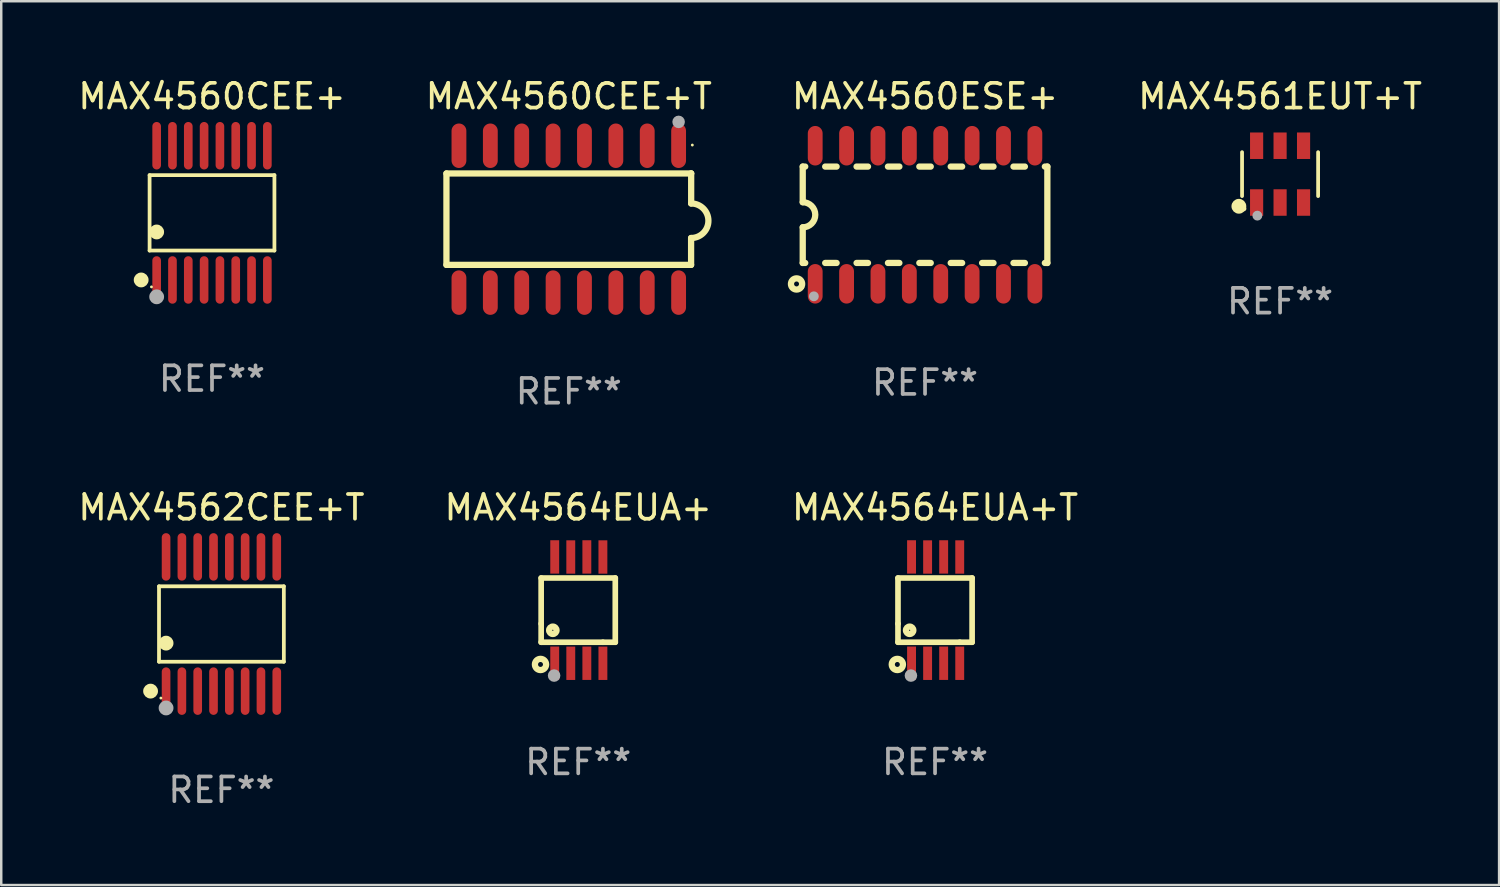
<source format=kicad_pcb>
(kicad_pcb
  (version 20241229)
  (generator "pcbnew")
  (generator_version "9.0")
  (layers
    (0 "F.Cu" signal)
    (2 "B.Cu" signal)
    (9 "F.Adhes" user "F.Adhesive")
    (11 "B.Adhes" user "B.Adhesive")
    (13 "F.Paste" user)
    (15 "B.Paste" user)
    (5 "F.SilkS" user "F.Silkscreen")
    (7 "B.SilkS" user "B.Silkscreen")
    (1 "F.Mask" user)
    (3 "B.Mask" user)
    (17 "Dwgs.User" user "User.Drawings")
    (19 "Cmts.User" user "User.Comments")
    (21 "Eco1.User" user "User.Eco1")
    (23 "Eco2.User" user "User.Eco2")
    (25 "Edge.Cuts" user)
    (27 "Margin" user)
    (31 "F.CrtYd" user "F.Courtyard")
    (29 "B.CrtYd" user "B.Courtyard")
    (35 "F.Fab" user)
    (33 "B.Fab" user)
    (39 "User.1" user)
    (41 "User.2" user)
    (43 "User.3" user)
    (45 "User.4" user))
  (footprint "MAX4561EUT+T"
    (layer "F.Cu")
    (at 48.756 3.997)
    (property "Reference" "MAX4561EUT+T" (at 0 -3.149 0) (layer "F.SilkS") (effects (font (size 1 1) (thickness 0.15))))
    (attr through_hole)
    (fp_line (start -1.539 0.889) (end -1.539 -0.889) (stroke (width 0.152) (type solid)) (layer "F.SilkS"))
    (fp_line (start 1.539 0.889) (end 1.539 -0.889) (stroke (width 0.152) (type solid)) (layer "F.SilkS"))
    (fp_circle (center -1.668 1.301) (end -1.518 1.301) (stroke (width 0.3) (type solid)) (fill no) (layer "F.SilkS"))
    (fp_circle (center -1.463 1.4) (end -1.413 1.4) (stroke (width 0.1) (type solid)) (fill no) (layer "F.SilkS"))
    (fp_circle (center -0.92 1.68) (end -0.82 1.68) (stroke (width 0.2) (type solid)) (fill no) (layer "F.Fab"))
    (fp_text user "REF**" (at 0 5.149 0) (layer "F.Fab") (effects (font (size 1 1) (thickness 0.15))))
    (pad "1" smd rect (at -0.95 1.149) (size 0.532 1.072) (layers "F.Cu" "F.Mask" "F.Paste"))
    (pad "2" smd rect (at 0 1.149) (size 0.532 1.072) (layers "F.Cu" "F.Mask" "F.Paste"))
    (pad "3" smd rect (at 0.95 1.149) (size 0.532 1.072) (layers "F.Cu" "F.Mask" "F.Paste"))
    (pad "4" smd rect (at 0.95 -1.149) (size 0.532 1.072) (layers "F.Cu" "F.Mask" "F.Paste"))
    (pad "5" smd rect (at 0 -1.149) (size 0.532 1.072) (layers "F.Cu" "F.Mask" "F.Paste"))
    (pad "6" smd rect (at -0.95 -1.149) (size 0.532 1.072) (layers "F.Cu" "F.Mask" "F.Paste")))
  (footprint "MAX4564EUA+T"
    (layer "F.Cu")
    (at 34.792 21.641)
    (property "Reference" "MAX4564EUA+T" (at 0 -4.152 0) (layer "F.SilkS") (effects (font (size 1 1) (thickness 0.15))))
    (attr through_hole)
    (fp_line (start -1.5 1.301) (end 1 1.301) (stroke (width 0.229) (type solid)) (layer "F.SilkS"))
    (fp_line (start -1.5 -1.299) (end -1.5 0.551) (stroke (width 0.229) (type solid)) (layer "F.SilkS"))
    (fp_line (start -1.5 0.551) (end -1.5 1.301) (stroke (width 0.229) (type solid)) (layer "F.SilkS"))
    (fp_line (start 1 1.301) (end 1.5 1.301) (stroke (width 0.229) (type solid)) (layer "F.SilkS"))
    (fp_line (start 1.5 1.301) (end 1.5 -1.299) (stroke (width 0.229) (type solid)) (layer "F.SilkS"))
    (fp_line (start 1.5 -1.299) (end -1.5 -1.299) (stroke (width 0.229) (type solid)) (layer "F.SilkS"))
    (fp_circle (center -1.526 2.2) (end -1.426 2.2) (stroke (width 0.254) (type solid)) (fill no) (layer "F.SilkS"))
    (fp_circle (center -1.476 2.45) (end -1.446 2.45) (stroke (width 0.06) (type solid)) (fill no) (layer "F.SilkS"))
    (fp_circle (center -1.028 0.817) (end -0.878 0.817) (stroke (width 0.254) (type solid)) (fill no) (layer "F.SilkS"))
    (fp_circle (center -0.976 2.65) (end -0.849 2.65) (stroke (width 0.254) (type solid)) (fill no) (layer "F.Fab"))
    (fp_text user "REF**" (at 0 6.152 0) (layer "F.Fab") (effects (font (size 1 1) (thickness 0.15))))
    (pad "1" smd rect (at -0.951 2.15) (size 0.36 1.35) (layers "F.Cu" "F.Mask" "F.Paste"))
    (pad "2" smd rect (at -0.301 2.152) (size 0.36 1.35) (layers "F.Cu" "F.Mask" "F.Paste"))
    (pad "3" smd rect (at 0.349 2.151) (size 0.36 1.35) (layers "F.Cu" "F.Mask" "F.Paste"))
    (pad "4" smd rect (at 0.999 2.152) (size 0.36 1.35) (layers "F.Cu" "F.Mask" "F.Paste"))
    (pad "5" smd rect (at 0.999 -2.149) (size 0.36 1.35) (layers "F.Cu" "F.Mask" "F.Paste"))
    (pad "6" smd rect (at 0.349 -2.152) (size 0.36 1.35) (layers "F.Cu" "F.Mask" "F.Paste"))
    (pad "7" smd rect (at -0.301 -2.149) (size 0.36 1.35) (layers "F.Cu" "F.Mask" "F.Paste"))
    (pad "8" smd rect (at -0.951 -2.152) (size 0.36 1.35) (layers "F.Cu" "F.Mask" "F.Paste")))
  (footprint "MAX4560ESE+"
    (layer "F.Cu")
    (at 34.387 5.642)
    (property "Reference" "MAX4560ESE+" (at 0 -4.794 0) (layer "F.SilkS") (effects (font (size 1 1) (thickness 0.15))))
    (attr through_hole)
    (fp_line (start -4.95 -1.95) (end -4.95 -0.508) (stroke (width 0.254) (type solid)) (layer "F.SilkS"))
    (fp_line (start -4.95 -1.95) (end -4.849 -1.95) (stroke (width 0.254) (type solid)) (layer "F.SilkS"))
    (fp_line (start -4.95 1.95) (end -4.95 0.508) (stroke (width 0.254) (type solid)) (layer "F.SilkS"))
    (fp_line (start -4.95 1.95) (end -4.849 1.95) (stroke (width 0.254) (type solid)) (layer "F.SilkS"))
    (fp_line (start -4.041 -1.95) (end -3.579 -1.95) (stroke (width 0.254) (type solid)) (layer "F.SilkS"))
    (fp_line (start -4.041 1.95) (end -3.579 1.95) (stroke (width 0.254) (type solid)) (layer "F.SilkS"))
    (fp_line (start -2.771 -1.95) (end -2.309 -1.95) (stroke (width 0.254) (type solid)) (layer "F.SilkS"))
    (fp_line (start -2.771 1.95) (end -2.309 1.95) (stroke (width 0.254) (type solid)) (layer "F.SilkS"))
    (fp_line (start -1.501 -1.95) (end -1.039 -1.95) (stroke (width 0.254) (type solid)) (layer "F.SilkS"))
    (fp_line (start -1.501 1.95) (end -1.039 1.95) (stroke (width 0.254) (type solid)) (layer "F.SilkS"))
    (fp_line (start -0.231 -1.95) (end 0.231 -1.95) (stroke (width 0.254) (type solid)) (layer "F.SilkS"))
    (fp_line (start -0.231 1.95) (end 0.231 1.95) (stroke (width 0.254) (type solid)) (layer "F.SilkS"))
    (fp_line (start 1.039 -1.95) (end 1.501 -1.95) (stroke (width 0.254) (type solid)) (layer "F.SilkS"))
    (fp_line (start 1.039 1.95) (end 1.501 1.95) (stroke (width 0.254) (type solid)) (layer "F.SilkS"))
    (fp_line (start 2.309 -1.95) (end 2.771 -1.95) (stroke (width 0.254) (type solid)) (layer "F.SilkS"))
    (fp_line (start 2.309 1.95) (end 2.771 1.95) (stroke (width 0.254) (type solid)) (layer "F.SilkS"))
    (fp_line (start 3.579 -1.95) (end 4.041 -1.95) (stroke (width 0.254) (type solid)) (layer "F.SilkS"))
    (fp_line (start 3.579 1.95) (end 4.041 1.95) (stroke (width 0.254) (type solid)) (layer "F.SilkS"))
    (fp_line (start 4.849 -1.95) (end 4.95 -1.95) (stroke (width 0.254) (type solid)) (layer "F.SilkS"))
    (fp_line (start 4.849 1.95) (end 4.95 1.95) (stroke (width 0.254) (type solid)) (layer "F.SilkS"))
    (fp_line (start 4.95 -1.95) (end 4.95 1.95) (stroke (width 0.254) (type solid)) (layer "F.SilkS"))
    (fp_arc (start -4.95047 -0.508001) (mid -4.442469 -0.000228) (end -4.950013 0.508001) (stroke (width 0.254001) (type solid)) (layer "F.SilkS"))
    (fp_circle (center -5.2 2.8) (end -5.1 2.8) (stroke (width 0.254) (type solid)) (fill no) (layer "F.SilkS"))
    (fp_circle (center -4.95 2.947) (end -4.92 2.947) (stroke (width 0.06) (type solid)) (fill no) (layer "F.SilkS"))
    (fp_circle (center -4.5 3.3) (end -4.4 3.3) (stroke (width 0.2) (type solid)) (fill no) (layer "F.Fab"))
    (fp_text user "REF**" (at 0 6.794 0) (layer "F.Fab") (effects (font (size 1 1) (thickness 0.15))))
    (pad "1" smd oval (at -4.445 2.794) (size 0.6 1.6) (layers "F.Cu" "F.Mask" "F.Paste"))
    (pad "2" smd oval (at -3.175 2.794) (size 0.6 1.6) (layers "F.Cu" "F.Mask" "F.Paste"))
    (pad "3" smd oval (at -1.905 2.794) (size 0.6 1.6) (layers "F.Cu" "F.Mask" "F.Paste"))
    (pad "4" smd oval (at -0.635 2.794) (size 0.6 1.6) (layers "F.Cu" "F.Mask" "F.Paste"))
    (pad "5" smd oval (at 0.635 2.794) (size 0.6 1.6) (layers "F.Cu" "F.Mask" "F.Paste"))
    (pad "6" smd oval (at 1.905 2.794) (size 0.6 1.6) (layers "F.Cu" "F.Mask" "F.Paste"))
    (pad "7" smd oval (at 3.175 2.794) (size 0.6 1.6) (layers "F.Cu" "F.Mask" "F.Paste"))
    (pad "8" smd oval (at 4.445 2.794) (size 0.6 1.6) (layers "F.Cu" "F.Mask" "F.Paste"))
    (pad "9" smd oval (at 4.445 -2.794) (size 0.6 1.6) (layers "F.Cu" "F.Mask" "F.Paste"))
    (pad "10" smd oval (at 3.175 -2.794) (size 0.6 1.6) (layers "F.Cu" "F.Mask" "F.Paste"))
    (pad "11" smd oval (at 1.905 -2.794) (size 0.6 1.6) (layers "F.Cu" "F.Mask" "F.Paste"))
    (pad "12" smd oval (at 0.635 -2.794) (size 0.6 1.6) (layers "F.Cu" "F.Mask" "F.Paste"))
    (pad "13" smd oval (at -0.635 -2.794) (size 0.6 1.6) (layers "F.Cu" "F.Mask" "F.Paste"))
    (pad "14" smd oval (at -1.905 -2.794) (size 0.6 1.6) (layers "F.Cu" "F.Mask" "F.Paste"))
    (pad "15" smd oval (at -3.175 -2.794) (size 0.6 1.6) (layers "F.Cu" "F.Mask" "F.Paste"))
    (pad "16" smd oval (at -4.445 -2.794) (size 0.6 1.6) (layers "F.Cu" "F.Mask" "F.Paste")))
  (footprint "MAX4560CEE+"
    (layer "F.Cu")
    (at 5.53 5.564)
    (property "Reference" "MAX4560CEE+" (at 0 -4.716 0) (layer "F.SilkS") (effects (font (size 1 1) (thickness 0.15))))
    (attr through_hole)
    (fp_line (start -2.526 -1.526) (end 2.526 -1.526) (stroke (width 0.152) (type solid)) (layer "F.SilkS"))
    (fp_line (start -2.526 1.526) (end -2.526 -1.526) (stroke (width 0.152) (type solid)) (layer "F.SilkS"))
    (fp_line (start 2.526 -1.526) (end 2.526 1.526) (stroke (width 0.152) (type solid)) (layer "F.SilkS"))
    (fp_line (start 2.526 1.526) (end -2.526 1.526) (stroke (width 0.152) (type solid)) (layer "F.SilkS"))
    (fp_circle (center -2.867 2.716) (end -2.717 2.716) (stroke (width 0.3) (type solid)) (fill no) (layer "F.SilkS"))
    (fp_circle (center -2.45 2.997) (end -2.42 2.997) (stroke (width 0.06) (type solid)) (fill no) (layer "F.SilkS"))
    (fp_circle (center -2.24 0.774) (end -2.09 0.774) (stroke (width 0.3) (type solid)) (fill no) (layer "F.SilkS"))
    (fp_circle (center -2.24 3.398) (end -2.09 3.398) (stroke (width 0.3) (type solid)) (fill no) (layer "F.Fab"))
    (fp_text user "REF**" (at 0 6.716 0) (layer "F.Fab") (effects (font (size 1 1) (thickness 0.15))))
    (pad "1" smd oval (at -2.24 2.716) (size 0.35 1.922) (layers "F.Cu" "F.Mask" "F.Paste"))
    (pad "2" smd oval (at -1.6 2.716) (size 0.35 1.922) (layers "F.Cu" "F.Mask" "F.Paste"))
    (pad "3" smd oval (at -0.96 2.716) (size 0.35 1.922) (layers "F.Cu" "F.Mask" "F.Paste"))
    (pad "4" smd oval (at -0.32 2.716) (size 0.35 1.922) (layers "F.Cu" "F.Mask" "F.Paste"))
    (pad "5" smd oval (at 0.32 2.716) (size 0.35 1.922) (layers "F.Cu" "F.Mask" "F.Paste"))
    (pad "6" smd oval (at 0.96 2.716) (size 0.35 1.922) (layers "F.Cu" "F.Mask" "F.Paste"))
    (pad "7" smd oval (at 1.6 2.716) (size 0.35 1.922) (layers "F.Cu" "F.Mask" "F.Paste"))
    (pad "8" smd oval (at 2.24 2.716) (size 0.35 1.922) (layers "F.Cu" "F.Mask" "F.Paste"))
    (pad "9" smd oval (at 2.24 -2.716) (size 0.35 1.922) (layers "F.Cu" "F.Mask" "F.Paste"))
    (pad "10" smd oval (at 1.6 -2.716) (size 0.35 1.922) (layers "F.Cu" "F.Mask" "F.Paste"))
    (pad "11" smd oval (at 0.96 -2.716) (size 0.35 1.922) (layers "F.Cu" "F.Mask" "F.Paste"))
    (pad "12" smd oval (at 0.32 -2.716) (size 0.35 1.922) (layers "F.Cu" "F.Mask" "F.Paste"))
    (pad "13" smd oval (at -0.32 -2.716) (size 0.35 1.922) (layers "F.Cu" "F.Mask" "F.Paste"))
    (pad "14" smd oval (at -0.96 -2.716) (size 0.35 1.922) (layers "F.Cu" "F.Mask" "F.Paste"))
    (pad "15" smd oval (at -1.6 -2.716) (size 0.35 1.922) (layers "F.Cu" "F.Mask" "F.Paste"))
    (pad "16" smd oval (at -2.24 -2.716) (size 0.35 1.922) (layers "F.Cu" "F.Mask" "F.Paste")))
  (footprint "MAX4564EUA+"
    (layer "F.Cu")
    (at 20.351 21.641)
    (property "Reference" "MAX4564EUA+" (at 0 -4.152 0) (layer "F.SilkS") (effects (font (size 1 1) (thickness 0.15))))
    (attr through_hole)
    (fp_line (start -1.5 1.301) (end 1 1.301) (stroke (width 0.229) (type solid)) (layer "F.SilkS"))
    (fp_line (start -1.5 -1.299) (end -1.5 0.551) (stroke (width 0.229) (type solid)) (layer "F.SilkS"))
    (fp_line (start -1.5 0.551) (end -1.5 1.301) (stroke (width 0.229) (type solid)) (layer "F.SilkS"))
    (fp_line (start 1 1.301) (end 1.5 1.301) (stroke (width 0.229) (type solid)) (layer "F.SilkS"))
    (fp_line (start 1.5 1.301) (end 1.5 -1.299) (stroke (width 0.229) (type solid)) (layer "F.SilkS"))
    (fp_line (start 1.5 -1.299) (end -1.5 -1.299) (stroke (width 0.229) (type solid)) (layer "F.SilkS"))
    (fp_circle (center -1.526 2.2) (end -1.426 2.2) (stroke (width 0.254) (type solid)) (fill no) (layer "F.SilkS"))
    (fp_circle (center -1.476 2.45) (end -1.446 2.45) (stroke (width 0.06) (type solid)) (fill no) (layer "F.SilkS"))
    (fp_circle (center -1.028 0.817) (end -0.878 0.817) (stroke (width 0.254) (type solid)) (fill no) (layer "F.SilkS"))
    (fp_circle (center -0.976 2.65) (end -0.849 2.65) (stroke (width 0.254) (type solid)) (fill no) (layer "F.Fab"))
    (fp_text user "REF**" (at 0 6.152 0) (layer "F.Fab") (effects (font (size 1 1) (thickness 0.15))))
    (pad "1" smd rect (at -0.951 2.15) (size 0.36 1.35) (layers "F.Cu" "F.Mask" "F.Paste"))
    (pad "2" smd rect (at -0.301 2.152) (size 0.36 1.35) (layers "F.Cu" "F.Mask" "F.Paste"))
    (pad "3" smd rect (at 0.349 2.151) (size 0.36 1.35) (layers "F.Cu" "F.Mask" "F.Paste"))
    (pad "4" smd rect (at 0.999 2.152) (size 0.36 1.35) (layers "F.Cu" "F.Mask" "F.Paste"))
    (pad "5" smd rect (at 0.999 -2.149) (size 0.36 1.35) (layers "F.Cu" "F.Mask" "F.Paste"))
    (pad "6" smd rect (at 0.349 -2.152) (size 0.36 1.35) (layers "F.Cu" "F.Mask" "F.Paste"))
    (pad "7" smd rect (at -0.301 -2.149) (size 0.36 1.35) (layers "F.Cu" "F.Mask" "F.Paste"))
    (pad "8" smd rect (at -0.951 -2.152) (size 0.36 1.35) (layers "F.Cu" "F.Mask" "F.Paste")))
  (footprint "MAX4562CEE+T"
    (layer "F.Cu")
    (at 5.911 22.204)
    (property "Reference" "MAX4562CEE+T" (at 0 -4.716 0) (layer "F.SilkS") (effects (font (size 1 1) (thickness 0.15))))
    (attr through_hole)
    (fp_line (start -2.526 -1.526) (end 2.526 -1.526) (stroke (width 0.152) (type solid)) (layer "F.SilkS"))
    (fp_line (start -2.526 1.526) (end -2.526 -1.526) (stroke (width 0.152) (type solid)) (layer "F.SilkS"))
    (fp_line (start 2.526 -1.526) (end 2.526 1.526) (stroke (width 0.152) (type solid)) (layer "F.SilkS"))
    (fp_line (start 2.526 1.526) (end -2.526 1.526) (stroke (width 0.152) (type solid)) (layer "F.SilkS"))
    (fp_circle (center -2.867 2.716) (end -2.717 2.716) (stroke (width 0.3) (type solid)) (fill no) (layer "F.SilkS"))
    (fp_circle (center -2.45 2.997) (end -2.42 2.997) (stroke (width 0.06) (type solid)) (fill no) (layer "F.SilkS"))
    (fp_circle (center -2.24 0.774) (end -2.09 0.774) (stroke (width 0.3) (type solid)) (fill no) (layer "F.SilkS"))
    (fp_circle (center -2.24 3.398) (end -2.09 3.398) (stroke (width 0.3) (type solid)) (fill no) (layer "F.Fab"))
    (fp_text user "REF**" (at 0 6.716 0) (layer "F.Fab") (effects (font (size 1 1) (thickness 0.15))))
    (pad "1" smd oval (at -2.24 2.716) (size 0.35 1.922) (layers "F.Cu" "F.Mask" "F.Paste"))
    (pad "2" smd oval (at -1.6 2.716) (size 0.35 1.922) (layers "F.Cu" "F.Mask" "F.Paste"))
    (pad "3" smd oval (at -0.96 2.716) (size 0.35 1.922) (layers "F.Cu" "F.Mask" "F.Paste"))
    (pad "4" smd oval (at -0.32 2.716) (size 0.35 1.922) (layers "F.Cu" "F.Mask" "F.Paste"))
    (pad "5" smd oval (at 0.32 2.716) (size 0.35 1.922) (layers "F.Cu" "F.Mask" "F.Paste"))
    (pad "6" smd oval (at 0.96 2.716) (size 0.35 1.922) (layers "F.Cu" "F.Mask" "F.Paste"))
    (pad "7" smd oval (at 1.6 2.716) (size 0.35 1.922) (layers "F.Cu" "F.Mask" "F.Paste"))
    (pad "8" smd oval (at 2.24 2.716) (size 0.35 1.922) (layers "F.Cu" "F.Mask" "F.Paste"))
    (pad "9" smd oval (at 2.24 -2.716) (size 0.35 1.922) (layers "F.Cu" "F.Mask" "F.Paste"))
    (pad "10" smd oval (at 1.6 -2.716) (size 0.35 1.922) (layers "F.Cu" "F.Mask" "F.Paste"))
    (pad "11" smd oval (at 0.96 -2.716) (size 0.35 1.922) (layers "F.Cu" "F.Mask" "F.Paste"))
    (pad "12" smd oval (at 0.32 -2.716) (size 0.35 1.922) (layers "F.Cu" "F.Mask" "F.Paste"))
    (pad "13" smd oval (at -0.32 -2.716) (size 0.35 1.922) (layers "F.Cu" "F.Mask" "F.Paste"))
    (pad "14" smd oval (at -0.96 -2.716) (size 0.35 1.922) (layers "F.Cu" "F.Mask" "F.Paste"))
    (pad "15" smd oval (at -1.6 -2.716) (size 0.35 1.922) (layers "F.Cu" "F.Mask" "F.Paste"))
    (pad "16" smd oval (at -2.24 -2.716) (size 0.35 1.922) (layers "F.Cu" "F.Mask" "F.Paste")))
  (footprint "MAX4560CEE+T"
    (layer "F.Cu")
    (at 19.97 5.82)
    (property "Reference" "MAX4560CEE+T" (at 0 -4.972 0) (layer "F.SilkS") (effects (font (size 1 1) (thickness 0.15))))
    (attr through_hole)
    (fp_line (start -4.952 -1.85) (end -4.952 1.85) (stroke (width 0.254) (type solid)) (layer "F.SilkS"))
    (fp_line (start -4.952 1.85) (end 4.949 1.85) (stroke (width 0.254) (type solid)) (layer "F.SilkS"))
    (fp_line (start 4.949 -1.85) (end -4.952 -1.85) (stroke (width 0.254) (type solid)) (layer "F.SilkS"))
    (fp_line (start 4.949 1.85) (end 4.949 0.762) (stroke (width 0.254) (type solid)) (layer "F.SilkS"))
    (fp_line (start 4.952 -1.85) (end 4.949 -1.85) (stroke (width 0.254) (type solid)) (layer "F.SilkS"))
    (fp_line (start 4.952 -0.635) (end 4.952 -1.85) (stroke (width 0.254) (type solid)) (layer "F.SilkS"))
    (fp_arc (start 4.951499 -0.635002) (mid 5.650001 0.0635) (end 4.951499 0.762002) (stroke (width 0.254001) (type solid)) (layer "F.SilkS"))
    (fp_circle (center 4.999 -3) (end 5.029 -3) (stroke (width 0.06) (type solid)) (fill no) (layer "F.SilkS"))
    (fp_circle (center 4.444 -3.937) (end 4.571 -3.937) (stroke (width 0.254) (type solid)) (fill no) (layer "F.Fab"))
    (fp_text user "REF**" (at 0 6.972 0) (layer "F.Fab") (effects (font (size 1 1) (thickness 0.15))))
    (pad "1" smd oval (at 4.444 -2.972) (size 0.6 1.8) (layers "F.Cu" "F.Mask" "F.Paste"))
    (pad "2" smd oval (at 3.174 -2.972) (size 0.6 1.8) (layers "F.Cu" "F.Mask" "F.Paste"))
    (pad "3" smd oval (at 1.904 -2.972) (size 0.6 1.8) (layers "F.Cu" "F.Mask" "F.Paste"))
    (pad "4" smd oval (at 0.634 -2.972) (size 0.6 1.8) (layers "F.Cu" "F.Mask" "F.Paste"))
    (pad "5" smd oval (at -0.636 -2.972) (size 0.6 1.8) (layers "F.Cu" "F.Mask" "F.Paste"))
    (pad "6" smd oval (at -1.906 -2.972) (size 0.6 1.8) (layers "F.Cu" "F.Mask" "F.Paste"))
    (pad "7" smd oval (at -3.176 -2.972) (size 0.6 1.8) (layers "F.Cu" "F.Mask" "F.Paste"))
    (pad "8" smd oval (at -4.446 -2.972) (size 0.6 1.8) (layers "F.Cu" "F.Mask" "F.Paste"))
    (pad "9" smd oval (at -4.446 2.972) (size 0.6 1.8) (layers "F.Cu" "F.Mask" "F.Paste"))
    (pad "10" smd oval (at -3.176 2.972) (size 0.6 1.8) (layers "F.Cu" "F.Mask" "F.Paste"))
    (pad "11" smd oval (at -1.906 2.972) (size 0.6 1.8) (layers "F.Cu" "F.Mask" "F.Paste"))
    (pad "12" smd oval (at -0.636 2.972) (size 0.6 1.8) (layers "F.Cu" "F.Mask" "F.Paste"))
    (pad "13" smd oval (at 0.634 2.972) (size 0.6 1.8) (layers "F.Cu" "F.Mask" "F.Paste"))
    (pad "14" smd oval (at 1.904 2.972) (size 0.6 1.8) (layers "F.Cu" "F.Mask" "F.Paste"))
    (pad "15" smd oval (at 3.174 2.972) (size 0.6 1.8) (layers "F.Cu" "F.Mask" "F.Paste"))
    (pad "16" smd oval (at 4.444 2.972) (size 0.6 1.8) (layers "F.Cu" "F.Mask" "F.Paste")))
  (gr_rect
    (start -3 -3)
    (end 57.619 32.768)
    (stroke (width 0.1) (type default))
    (fill no)
    (layer "Edge.Cuts")))
</source>
